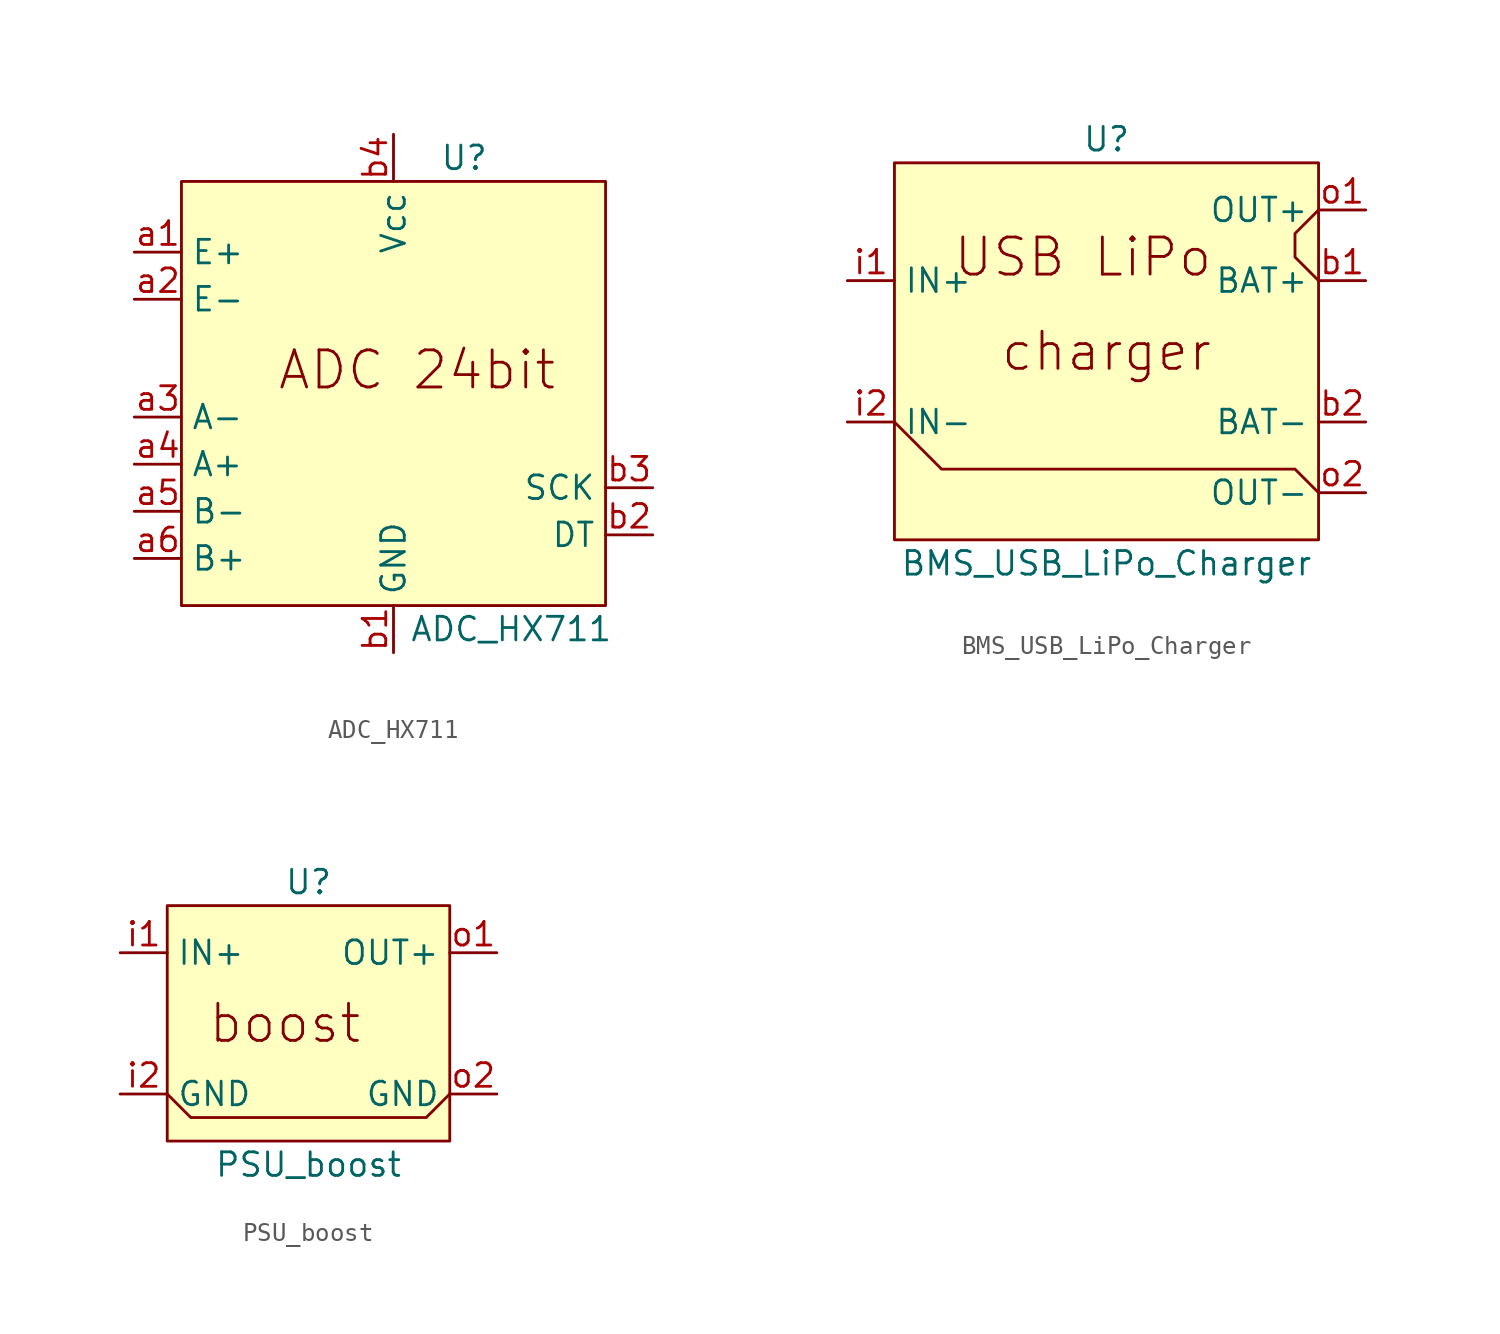
<source format=kicad_sym>
(kicad_symbol_lib
  (version 20211014)
  (generator kicad_symbol_editor)
  (symbol "ADC_HX711"
    (property "Reference" "U"
      (at 3.81 11.43 0)
      (effects (font (size 1.27 1.27))))
    (property "Value" "ADC_HX711"
      (at 6.35 -13.97 0)
      (effects (font (size 1.27 1.27))))
    (symbol "ADC_HX711_0_0"
      (text "ADC 24bit" (at 1.27 0 0) (effects (font (size 2 2)))))
    (symbol "ADC_HX711_0_1"
      (rectangle (start -11.43 10.16) (end 11.43 -12.7) (stroke (width 0) (type default) (color 0 0 0 0)) (fill (type background))))
    (symbol "ADC_HX711_1_1"
      (pin output line (at -13.97 6.35 0) (length 2.54) (name "E+" (effects (font (size 1.27 1.27)))) (number "a1" (effects (font (size 1.27 1.27)))))
      (pin output line (at -13.97 3.81 0) (length 2.54) (name "E-" (effects (font (size 1.27 1.27)))) (number "a2" (effects (font (size 1.27 1.27)))))
      (pin input line (at -13.97 -2.54 0) (length 2.54) (name "A-" (effects (font (size 1.27 1.27)))) (number "a3" (effects (font (size 1.27 1.27)))))
      (pin input line (at -13.97 -5.08 0) (length 2.54) (name "A+" (effects (font (size 1.27 1.27)))) (number "a4" (effects (font (size 1.27 1.27)))))
      (pin input line (at -13.97 -7.62 0) (length 2.54) (name "B-" (effects (font (size 1.27 1.27)))) (number "a5" (effects (font (size 1.27 1.27)))))
      (pin input line (at -13.97 -10.16 0) (length 2.54) (name "B+" (effects (font (size 1.27 1.27)))) (number "a6" (effects (font (size 1.27 1.27)))))
      (pin power_in line (at 0 -15.24 90) (length 2.54) (name "GND" (effects (font (size 1.27 1.27)))) (number "b1" (effects (font (size 1.27 1.27)))))
      (pin bidirectional line (at 13.97 -8.89 180) (length 2.54) (name "DT" (effects (font (size 1.27 1.27)))) (number "b2" (effects (font (size 1.27 1.27)))))
      (pin input line (at 13.97 -6.35 180) (length 2.54) (name "SCK" (effects (font (size 1.27 1.27)))) (number "b3" (effects (font (size 1.27 1.27)))))
      (pin power_in line (at 0 12.7 270) (length 2.54) (name "Vcc" (effects (font (size 1.27 1.27)))) (number "b4" (effects (font (size 1.27 1.27)))))))
  (symbol "BMS_USB_LiPo_Charger"
    (property "Reference" "U"
      (at 0 11.43 0)
      (effects (font (size 1.27 1.27))))
    (property "Value" "BMS_USB_LiPo_Charger"
      (at 0 -11.43 0)
      (effects (font (size 1.27 1.27))))
    (symbol "BMS_USB_LiPo_Charger_0_0"
      (rectangle (start -11.43 10.16) (end 11.43 -10.16) (stroke (width 0) (type default) (color 0 0 0 0)) (fill (type background)))
      (polyline (pts (xy -11.43 -3.81) (xy -8.89 -6.35) (xy 10.16 -6.35) (xy 11.43 -7.62)) (stroke (width 0) (type default) (color 0 0 0 0)) (fill (type none)))
      (polyline (pts (xy 11.43 7.62) (xy 10.16 6.35) (xy 10.16 5.08) (xy 11.43 3.81)) (stroke (width 0) (type default) (color 0 0 0 0)) (fill (type none)))
      (text "charger" (at 0 0 0) (effects (font (size 2 2))))
      (text "USB LiPo" (at -1.27 5.08 0) (effects (font (size 2 2)))))
    (symbol "BMS_USB_LiPo_Charger_1_1"
      (pin power_out line (at 13.97 3.81 180) (length 2.54) (name "BAT+" (effects (font (size 1.27 1.27)))) (number "b1" (effects (font (size 1.27 1.27)))))
      (pin power_out line (at 13.97 -3.81 180) (length 2.54) (name "BAT-" (effects (font (size 1.27 1.27)))) (number "b2" (effects (font (size 1.27 1.27)))))
      (pin power_in line (at -13.97 3.81 0) (length 2.54) (name "IN+" (effects (font (size 1.27 1.27)))) (number "i1" (effects (font (size 1.27 1.27)))))
      (pin power_in line (at -13.97 -3.81 0) (length 2.54) (name "IN-" (effects (font (size 1.27 1.27)))) (number "i2" (effects (font (size 1.27 1.27)))))
      (pin power_out line (at 13.97 7.62 180) (length 2.54) (name "OUT+" (effects (font (size 1.27 1.27)))) (number "o1" (effects (font (size 1.27 1.27)))))
      (pin power_out line (at 13.97 -7.62 180) (length 2.54) (name "OUT-" (effects (font (size 1.27 1.27)))) (number "o2" (effects (font (size 1.27 1.27)))))))
  (symbol "PSU_boost"
    (property "Reference" "U"
      (at 0 7.62 0)
      (effects (font (size 1.27 1.27))))
    (property "Value" "PSU_boost"
      (at 0 -7.62 0)
      (effects (font (size 1.27 1.27))))
    (symbol "PSU_boost_0_0"
      (text "boost" (at -1.27 0 0) (effects (font (size 2 2)))))
    (symbol "PSU_boost_0_1"
      (rectangle (start -7.62 6.35) (end 7.62 -6.35) (stroke (width 0) (type default) (color 0 0 0 0)) (fill (type background)))
      (polyline (pts (xy -7.62 -3.81) (xy -6.35 -5.08) (xy 6.35 -5.08) (xy 7.62 -3.81)) (stroke (width 0) (type default) (color 0 0 0 0)) (fill (type none))))
    (symbol "PSU_boost_1_1"
      (pin power_in line (at -10.16 3.81 0) (length 2.54) (name "IN+" (effects (font (size 1.27 1.27)))) (number "i1" (effects (font (size 1.27 1.27)))))
      (pin power_in line (at -10.16 -3.81 0) (length 2.54) (name "GND" (effects (font (size 1.27 1.27)))) (number "i2" (effects (font (size 1.27 1.27)))))
      (pin power_out line (at 10.16 3.81 180) (length 2.54) (name "OUT+" (effects (font (size 1.27 1.27)))) (number "o1" (effects (font (size 1.27 1.27)))))
      (pin power_in line (at 10.16 -3.81 180) (length 2.54) (name "GND" (effects (font (size 1.27 1.27)))) (number "o2" (effects (font (size 1.27 1.27))))))))
</source>
